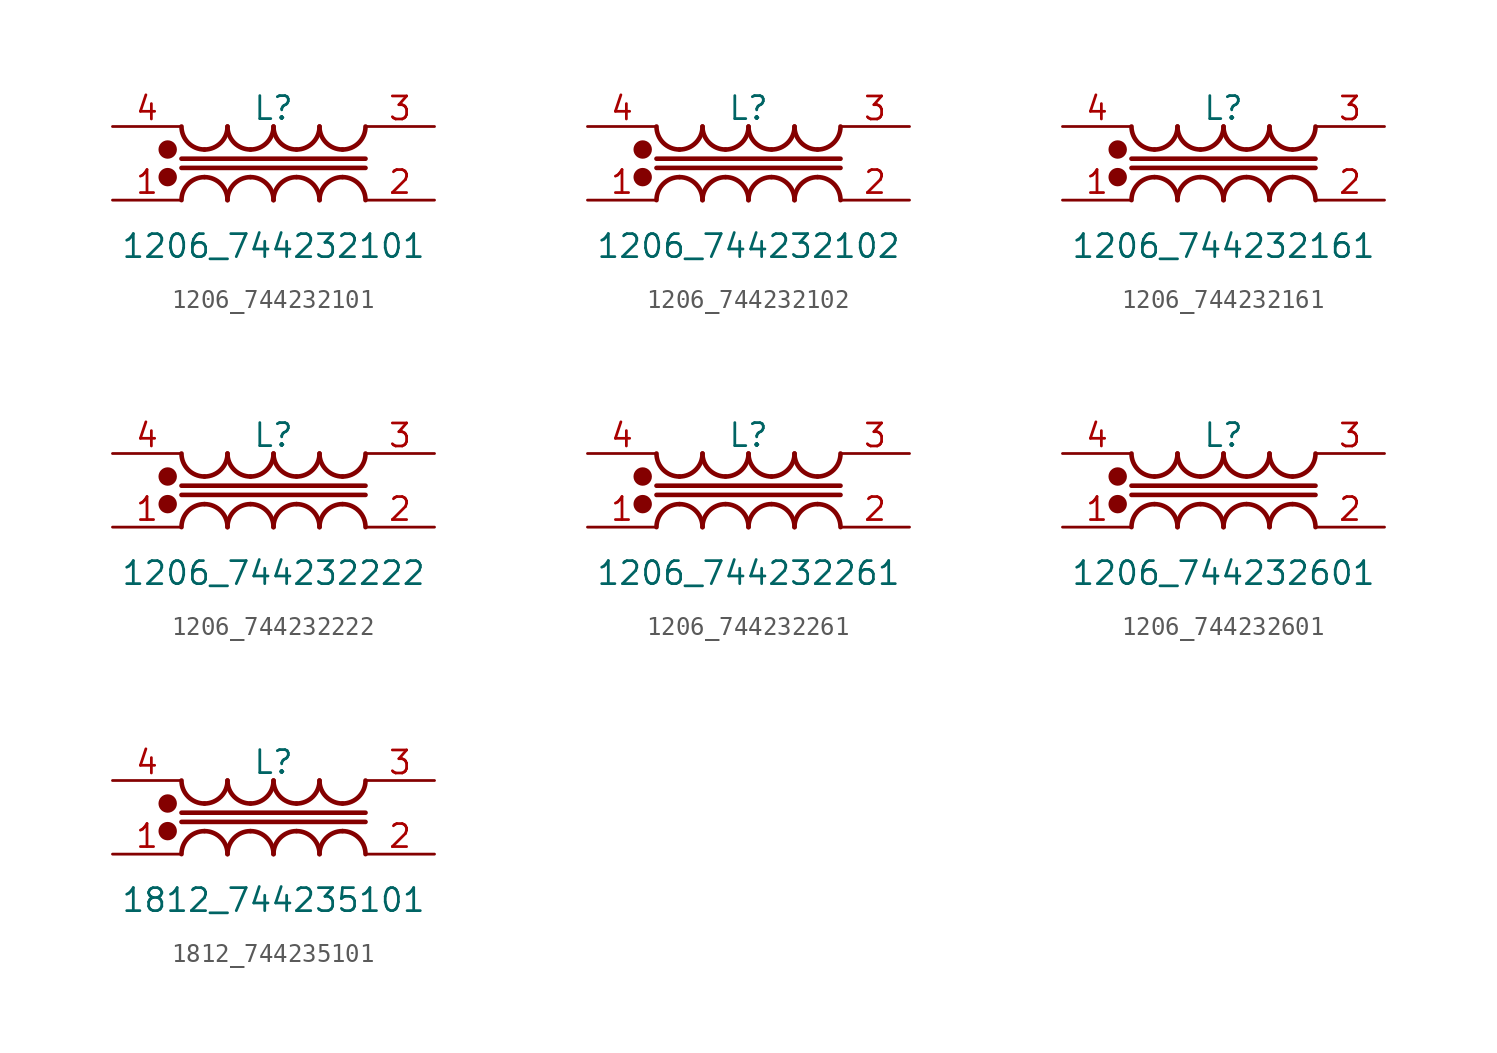
<source format=kicad_sym>
(kicad_symbol_lib
  (version 20211014)
  (generator kicad_symbol_editor)
  (symbol "Inductor_Wurth_WE-CNSW:1206_744232101"
    (pin_names hide)
    (property "Reference" "L"
      (at 0 5.08 0)
      (effects (font (size 1.27 1.27))))
    (property "Value" "1206_744232101"
      (at 0 -2.54 0)
      (effects (font (size 1.27 1.27))))
    (symbol "1206_744232101_0_1"
      (arc (start -5.08 4.064) (mid -4.708 3.166) (end -3.81 2.794) (stroke (width 0.254) (type default)) (fill (type none)))
      (arc (start -3.81 1.27) (mid -4.708 0.898) (end -5.08 0) (stroke (width 0.254) (type default)) (fill (type none)))
      (arc (start -3.81 2.794) (mid -2.912 3.166) (end -2.54 4.064) (stroke (width 0.254) (type default)) (fill (type none)))
      (arc (start -2.54 0) (mid -2.912 0.898) (end -3.81 1.27) (stroke (width 0.254) (type default)) (fill (type none)))
      (arc (start -2.5399 4.0639) (mid -2.1679 3.1659) (end -1.2699 2.7939) (stroke (width 0.254) (type default)) (fill (type none)))
      (arc (start -1.2699 1.2701) (mid -2.1679 0.8981) (end -2.5399 0.0001) (stroke (width 0.254) (type default)) (fill (type none)))
      (arc (start -1.2699 2.7939) (mid -0.3719 3.1659) (end 0.0001 4.0639) (stroke (width 0.254) (type default)) (fill (type none)))
      (arc (start 0.0001 0.0001) (mid -0.3719 0.8981) (end -1.2699 1.2701) (stroke (width 0.254) (type default)) (fill (type none)))
      (polyline (pts (xy -5.08 1.778) (xy 5.08 1.778)) (stroke (width 0.254) (type default)) (fill (type none)))
      (polyline (pts (xy -5.08 2.286) (xy 5.08 2.286)) (stroke (width 0.254) (type default)) (fill (type none)))
      (arc (start 0.0001 4.0639) (mid 0.3721 3.166) (end 1.2701 2.7939) (stroke (width 0.254) (type default)) (fill (type none)))
      (arc (start 1.2701 1.2701) (mid 0.3721 0.8981) (end 0.0001 0.0001) (stroke (width 0.254) (type default)) (fill (type none)))
      (arc (start 1.2701 2.7939) (mid 2.1681 3.1659) (end 2.5401 4.0639) (stroke (width 0.254) (type default)) (fill (type none)))
      (arc (start 2.5401 0.0001) (mid 2.1681 0.8981) (end 1.2701 1.2701) (stroke (width 0.254) (type default)) (fill (type none)))
      (arc (start 2.5401 4.0639) (mid 2.9121 3.166) (end 3.8101 2.7939) (stroke (width 0.254) (type default)) (fill (type none)))
      (arc (start 3.8101 1.2701) (mid 2.9121 0.8981) (end 2.5401 0.0001) (stroke (width 0.254) (type default)) (fill (type none)))
      (arc (start 3.8101 2.7939) (mid 4.7081 3.1659) (end 5.0801 4.0639) (stroke (width 0.254) (type default)) (fill (type none)))
      (arc (start 5.0801 0.0001) (mid 4.7081 0.8981) (end 3.8101 1.2701) (stroke (width 0.254) (type default)) (fill (type none))))
    (symbol "1206_744232101_1_1"
      (circle (center -5.842 1.27) (radius 0.0001) (stroke (width 0.508) (type default)) (fill (type none)))
      (circle (center -5.842 2.794) (radius 0.0001) (stroke (width 0.508) (type default)) (fill (type none)))
      (pin passive line (at -8.89 0 0) (length 3.81) (name "1" (effects (font (size 1.27 1.27)))) (number "1" (effects (font (size 1.27 1.27)))))
      (pin passive line (at 8.89 0 180) (length 3.81) (name "2" (effects (font (size 1.27 1.27)))) (number "2" (effects (font (size 1.27 1.27)))))
      (pin passive line (at 8.89 4.064 180) (length 3.81) (name "3" (effects (font (size 1.27 1.27)))) (number "3" (effects (font (size 1.27 1.27)))))
      (pin passive line (at -8.89 4.064 0) (length 3.81) (name "4" (effects (font (size 1.27 1.27)))) (number "4" (effects (font (size 1.27 1.27)))))))
  (symbol "Inductor_Wurth_WE-CNSW:1206_744232102"
    (pin_names hide)
    (property "Reference" "L"
      (at 0 5.08 0)
      (effects (font (size 1.27 1.27))))
    (property "Value" "1206_744232102"
      (at 0 -2.54 0)
      (effects (font (size 1.27 1.27))))
    (symbol "1206_744232102_0_1"
      (arc (start -5.08 4.064) (mid -4.708 3.166) (end -3.81 2.794) (stroke (width 0.254) (type default)) (fill (type none)))
      (arc (start -3.81 1.27) (mid -4.708 0.898) (end -5.08 0) (stroke (width 0.254) (type default)) (fill (type none)))
      (arc (start -3.81 2.794) (mid -2.912 3.166) (end -2.54 4.064) (stroke (width 0.254) (type default)) (fill (type none)))
      (arc (start -2.54 0) (mid -2.912 0.898) (end -3.81 1.27) (stroke (width 0.254) (type default)) (fill (type none)))
      (arc (start -2.5399 4.0639) (mid -2.1679 3.1659) (end -1.2699 2.7939) (stroke (width 0.254) (type default)) (fill (type none)))
      (arc (start -1.2699 1.2701) (mid -2.1679 0.8981) (end -2.5399 0.0001) (stroke (width 0.254) (type default)) (fill (type none)))
      (arc (start -1.2699 2.7939) (mid -0.3719 3.1659) (end 0.0001 4.0639) (stroke (width 0.254) (type default)) (fill (type none)))
      (arc (start 0.0001 0.0001) (mid -0.3719 0.8981) (end -1.2699 1.2701) (stroke (width 0.254) (type default)) (fill (type none)))
      (polyline (pts (xy -5.08 1.778) (xy 5.08 1.778)) (stroke (width 0.254) (type default)) (fill (type none)))
      (polyline (pts (xy -5.08 2.286) (xy 5.08 2.286)) (stroke (width 0.254) (type default)) (fill (type none)))
      (arc (start 0.0001 4.0639) (mid 0.3721 3.166) (end 1.2701 2.7939) (stroke (width 0.254) (type default)) (fill (type none)))
      (arc (start 1.2701 1.2701) (mid 0.3721 0.8981) (end 0.0001 0.0001) (stroke (width 0.254) (type default)) (fill (type none)))
      (arc (start 1.2701 2.7939) (mid 2.1681 3.1659) (end 2.5401 4.0639) (stroke (width 0.254) (type default)) (fill (type none)))
      (arc (start 2.5401 0.0001) (mid 2.1681 0.8981) (end 1.2701 1.2701) (stroke (width 0.254) (type default)) (fill (type none)))
      (arc (start 2.5401 4.0639) (mid 2.9121 3.166) (end 3.8101 2.7939) (stroke (width 0.254) (type default)) (fill (type none)))
      (arc (start 3.8101 1.2701) (mid 2.9121 0.8981) (end 2.5401 0.0001) (stroke (width 0.254) (type default)) (fill (type none)))
      (arc (start 3.8101 2.7939) (mid 4.7081 3.1659) (end 5.0801 4.0639) (stroke (width 0.254) (type default)) (fill (type none)))
      (arc (start 5.0801 0.0001) (mid 4.7081 0.8981) (end 3.8101 1.2701) (stroke (width 0.254) (type default)) (fill (type none))))
    (symbol "1206_744232102_1_1"
      (circle (center -5.842 1.27) (radius 0.0001) (stroke (width 0.508) (type default)) (fill (type none)))
      (circle (center -5.842 2.794) (radius 0.0001) (stroke (width 0.508) (type default)) (fill (type none)))
      (pin passive line (at -8.89 0 0) (length 3.81) (name "1" (effects (font (size 1.27 1.27)))) (number "1" (effects (font (size 1.27 1.27)))))
      (pin passive line (at 8.89 0 180) (length 3.81) (name "2" (effects (font (size 1.27 1.27)))) (number "2" (effects (font (size 1.27 1.27)))))
      (pin passive line (at 8.89 4.064 180) (length 3.81) (name "3" (effects (font (size 1.27 1.27)))) (number "3" (effects (font (size 1.27 1.27)))))
      (pin passive line (at -8.89 4.064 0) (length 3.81) (name "4" (effects (font (size 1.27 1.27)))) (number "4" (effects (font (size 1.27 1.27)))))))
  (symbol "Inductor_Wurth_WE-CNSW:1206_744232161"
    (pin_names hide)
    (property "Reference" "L"
      (at 0 5.08 0)
      (effects (font (size 1.27 1.27))))
    (property "Value" "1206_744232161"
      (at 0 -2.54 0)
      (effects (font (size 1.27 1.27))))
    (symbol "1206_744232161_0_1"
      (arc (start -5.08 4.064) (mid -4.708 3.166) (end -3.81 2.794) (stroke (width 0.254) (type default)) (fill (type none)))
      (arc (start -3.81 1.27) (mid -4.708 0.898) (end -5.08 0) (stroke (width 0.254) (type default)) (fill (type none)))
      (arc (start -3.81 2.794) (mid -2.912 3.166) (end -2.54 4.064) (stroke (width 0.254) (type default)) (fill (type none)))
      (arc (start -2.54 0) (mid -2.912 0.898) (end -3.81 1.27) (stroke (width 0.254) (type default)) (fill (type none)))
      (arc (start -2.5399 4.0639) (mid -2.1679 3.1659) (end -1.2699 2.7939) (stroke (width 0.254) (type default)) (fill (type none)))
      (arc (start -1.2699 1.2701) (mid -2.1679 0.8981) (end -2.5399 0.0001) (stroke (width 0.254) (type default)) (fill (type none)))
      (arc (start -1.2699 2.7939) (mid -0.3719 3.1659) (end 0.0001 4.0639) (stroke (width 0.254) (type default)) (fill (type none)))
      (arc (start 0.0001 0.0001) (mid -0.3719 0.8981) (end -1.2699 1.2701) (stroke (width 0.254) (type default)) (fill (type none)))
      (polyline (pts (xy -5.08 1.778) (xy 5.08 1.778)) (stroke (width 0.254) (type default)) (fill (type none)))
      (polyline (pts (xy -5.08 2.286) (xy 5.08 2.286)) (stroke (width 0.254) (type default)) (fill (type none)))
      (arc (start 0.0001 4.0639) (mid 0.3721 3.166) (end 1.2701 2.7939) (stroke (width 0.254) (type default)) (fill (type none)))
      (arc (start 1.2701 1.2701) (mid 0.3721 0.8981) (end 0.0001 0.0001) (stroke (width 0.254) (type default)) (fill (type none)))
      (arc (start 1.2701 2.7939) (mid 2.1681 3.1659) (end 2.5401 4.0639) (stroke (width 0.254) (type default)) (fill (type none)))
      (arc (start 2.5401 0.0001) (mid 2.1681 0.8981) (end 1.2701 1.2701) (stroke (width 0.254) (type default)) (fill (type none)))
      (arc (start 2.5401 4.0639) (mid 2.9121 3.166) (end 3.8101 2.7939) (stroke (width 0.254) (type default)) (fill (type none)))
      (arc (start 3.8101 1.2701) (mid 2.9121 0.8981) (end 2.5401 0.0001) (stroke (width 0.254) (type default)) (fill (type none)))
      (arc (start 3.8101 2.7939) (mid 4.7081 3.1659) (end 5.0801 4.0639) (stroke (width 0.254) (type default)) (fill (type none)))
      (arc (start 5.0801 0.0001) (mid 4.7081 0.8981) (end 3.8101 1.2701) (stroke (width 0.254) (type default)) (fill (type none))))
    (symbol "1206_744232161_1_1"
      (circle (center -5.842 1.27) (radius 0.0001) (stroke (width 0.508) (type default)) (fill (type none)))
      (circle (center -5.842 2.794) (radius 0.0001) (stroke (width 0.508) (type default)) (fill (type none)))
      (pin passive line (at -8.89 0 0) (length 3.81) (name "1" (effects (font (size 1.27 1.27)))) (number "1" (effects (font (size 1.27 1.27)))))
      (pin passive line (at 8.89 0 180) (length 3.81) (name "2" (effects (font (size 1.27 1.27)))) (number "2" (effects (font (size 1.27 1.27)))))
      (pin passive line (at 8.89 4.064 180) (length 3.81) (name "3" (effects (font (size 1.27 1.27)))) (number "3" (effects (font (size 1.27 1.27)))))
      (pin passive line (at -8.89 4.064 0) (length 3.81) (name "4" (effects (font (size 1.27 1.27)))) (number "4" (effects (font (size 1.27 1.27)))))))
  (symbol "Inductor_Wurth_WE-CNSW:1206_744232222"
    (pin_names hide)
    (property "Reference" "L"
      (at 0 5.08 0)
      (effects (font (size 1.27 1.27))))
    (property "Value" "1206_744232222"
      (at 0 -2.54 0)
      (effects (font (size 1.27 1.27))))
    (symbol "1206_744232222_0_1"
      (arc (start -5.08 4.064) (mid -4.708 3.166) (end -3.81 2.794) (stroke (width 0.254) (type default)) (fill (type none)))
      (arc (start -3.81 1.27) (mid -4.708 0.898) (end -5.08 0) (stroke (width 0.254) (type default)) (fill (type none)))
      (arc (start -3.81 2.794) (mid -2.912 3.166) (end -2.54 4.064) (stroke (width 0.254) (type default)) (fill (type none)))
      (arc (start -2.54 0) (mid -2.912 0.898) (end -3.81 1.27) (stroke (width 0.254) (type default)) (fill (type none)))
      (arc (start -2.5399 4.0639) (mid -2.1679 3.1659) (end -1.2699 2.7939) (stroke (width 0.254) (type default)) (fill (type none)))
      (arc (start -1.2699 1.2701) (mid -2.1679 0.8981) (end -2.5399 0.0001) (stroke (width 0.254) (type default)) (fill (type none)))
      (arc (start -1.2699 2.7939) (mid -0.3719 3.1659) (end 0.0001 4.0639) (stroke (width 0.254) (type default)) (fill (type none)))
      (arc (start 0.0001 0.0001) (mid -0.3719 0.8981) (end -1.2699 1.2701) (stroke (width 0.254) (type default)) (fill (type none)))
      (polyline (pts (xy -5.08 1.778) (xy 5.08 1.778)) (stroke (width 0.254) (type default)) (fill (type none)))
      (polyline (pts (xy -5.08 2.286) (xy 5.08 2.286)) (stroke (width 0.254) (type default)) (fill (type none)))
      (arc (start 0.0001 4.0639) (mid 0.3721 3.166) (end 1.2701 2.7939) (stroke (width 0.254) (type default)) (fill (type none)))
      (arc (start 1.2701 1.2701) (mid 0.3721 0.8981) (end 0.0001 0.0001) (stroke (width 0.254) (type default)) (fill (type none)))
      (arc (start 1.2701 2.7939) (mid 2.1681 3.1659) (end 2.5401 4.0639) (stroke (width 0.254) (type default)) (fill (type none)))
      (arc (start 2.5401 0.0001) (mid 2.1681 0.8981) (end 1.2701 1.2701) (stroke (width 0.254) (type default)) (fill (type none)))
      (arc (start 2.5401 4.0639) (mid 2.9121 3.166) (end 3.8101 2.7939) (stroke (width 0.254) (type default)) (fill (type none)))
      (arc (start 3.8101 1.2701) (mid 2.9121 0.8981) (end 2.5401 0.0001) (stroke (width 0.254) (type default)) (fill (type none)))
      (arc (start 3.8101 2.7939) (mid 4.7081 3.1659) (end 5.0801 4.0639) (stroke (width 0.254) (type default)) (fill (type none)))
      (arc (start 5.0801 0.0001) (mid 4.7081 0.8981) (end 3.8101 1.2701) (stroke (width 0.254) (type default)) (fill (type none))))
    (symbol "1206_744232222_1_1"
      (circle (center -5.842 1.27) (radius 0.0001) (stroke (width 0.508) (type default)) (fill (type none)))
      (circle (center -5.842 2.794) (radius 0.0001) (stroke (width 0.508) (type default)) (fill (type none)))
      (pin passive line (at -8.89 0 0) (length 3.81) (name "1" (effects (font (size 1.27 1.27)))) (number "1" (effects (font (size 1.27 1.27)))))
      (pin passive line (at 8.89 0 180) (length 3.81) (name "2" (effects (font (size 1.27 1.27)))) (number "2" (effects (font (size 1.27 1.27)))))
      (pin passive line (at 8.89 4.064 180) (length 3.81) (name "3" (effects (font (size 1.27 1.27)))) (number "3" (effects (font (size 1.27 1.27)))))
      (pin passive line (at -8.89 4.064 0) (length 3.81) (name "4" (effects (font (size 1.27 1.27)))) (number "4" (effects (font (size 1.27 1.27)))))))
  (symbol "Inductor_Wurth_WE-CNSW:1206_744232261"
    (pin_names hide)
    (property "Reference" "L"
      (at 0 5.08 0)
      (effects (font (size 1.27 1.27))))
    (property "Value" "1206_744232261"
      (at 0 -2.54 0)
      (effects (font (size 1.27 1.27))))
    (symbol "1206_744232261_0_1"
      (arc (start -5.08 4.064) (mid -4.708 3.166) (end -3.81 2.794) (stroke (width 0.254) (type default)) (fill (type none)))
      (arc (start -3.81 1.27) (mid -4.708 0.898) (end -5.08 0) (stroke (width 0.254) (type default)) (fill (type none)))
      (arc (start -3.81 2.794) (mid -2.912 3.166) (end -2.54 4.064) (stroke (width 0.254) (type default)) (fill (type none)))
      (arc (start -2.54 0) (mid -2.912 0.898) (end -3.81 1.27) (stroke (width 0.254) (type default)) (fill (type none)))
      (arc (start -2.5399 4.0639) (mid -2.1679 3.1659) (end -1.2699 2.7939) (stroke (width 0.254) (type default)) (fill (type none)))
      (arc (start -1.2699 1.2701) (mid -2.1679 0.8981) (end -2.5399 0.0001) (stroke (width 0.254) (type default)) (fill (type none)))
      (arc (start -1.2699 2.7939) (mid -0.3719 3.1659) (end 0.0001 4.0639) (stroke (width 0.254) (type default)) (fill (type none)))
      (arc (start 0.0001 0.0001) (mid -0.3719 0.8981) (end -1.2699 1.2701) (stroke (width 0.254) (type default)) (fill (type none)))
      (polyline (pts (xy -5.08 1.778) (xy 5.08 1.778)) (stroke (width 0.254) (type default)) (fill (type none)))
      (polyline (pts (xy -5.08 2.286) (xy 5.08 2.286)) (stroke (width 0.254) (type default)) (fill (type none)))
      (arc (start 0.0001 4.0639) (mid 0.3721 3.166) (end 1.2701 2.7939) (stroke (width 0.254) (type default)) (fill (type none)))
      (arc (start 1.2701 1.2701) (mid 0.3721 0.8981) (end 0.0001 0.0001) (stroke (width 0.254) (type default)) (fill (type none)))
      (arc (start 1.2701 2.7939) (mid 2.1681 3.1659) (end 2.5401 4.0639) (stroke (width 0.254) (type default)) (fill (type none)))
      (arc (start 2.5401 0.0001) (mid 2.1681 0.8981) (end 1.2701 1.2701) (stroke (width 0.254) (type default)) (fill (type none)))
      (arc (start 2.5401 4.0639) (mid 2.9121 3.166) (end 3.8101 2.7939) (stroke (width 0.254) (type default)) (fill (type none)))
      (arc (start 3.8101 1.2701) (mid 2.9121 0.8981) (end 2.5401 0.0001) (stroke (width 0.254) (type default)) (fill (type none)))
      (arc (start 3.8101 2.7939) (mid 4.7081 3.1659) (end 5.0801 4.0639) (stroke (width 0.254) (type default)) (fill (type none)))
      (arc (start 5.0801 0.0001) (mid 4.7081 0.8981) (end 3.8101 1.2701) (stroke (width 0.254) (type default)) (fill (type none))))
    (symbol "1206_744232261_1_1"
      (circle (center -5.842 1.27) (radius 0.0001) (stroke (width 0.508) (type default)) (fill (type none)))
      (circle (center -5.842 2.794) (radius 0.0001) (stroke (width 0.508) (type default)) (fill (type none)))
      (pin passive line (at -8.89 0 0) (length 3.81) (name "1" (effects (font (size 1.27 1.27)))) (number "1" (effects (font (size 1.27 1.27)))))
      (pin passive line (at 8.89 0 180) (length 3.81) (name "2" (effects (font (size 1.27 1.27)))) (number "2" (effects (font (size 1.27 1.27)))))
      (pin passive line (at 8.89 4.064 180) (length 3.81) (name "3" (effects (font (size 1.27 1.27)))) (number "3" (effects (font (size 1.27 1.27)))))
      (pin passive line (at -8.89 4.064 0) (length 3.81) (name "4" (effects (font (size 1.27 1.27)))) (number "4" (effects (font (size 1.27 1.27)))))))
  (symbol "Inductor_Wurth_WE-CNSW:1206_744232601"
    (pin_names hide)
    (property "Reference" "L"
      (at 0 5.08 0)
      (effects (font (size 1.27 1.27))))
    (property "Value" "1206_744232601"
      (at 0 -2.54 0)
      (effects (font (size 1.27 1.27))))
    (symbol "1206_744232601_0_1"
      (arc (start -5.08 4.064) (mid -4.708 3.166) (end -3.81 2.794) (stroke (width 0.254) (type default)) (fill (type none)))
      (arc (start -3.81 1.27) (mid -4.708 0.898) (end -5.08 0) (stroke (width 0.254) (type default)) (fill (type none)))
      (arc (start -3.81 2.794) (mid -2.912 3.166) (end -2.54 4.064) (stroke (width 0.254) (type default)) (fill (type none)))
      (arc (start -2.54 0) (mid -2.912 0.898) (end -3.81 1.27) (stroke (width 0.254) (type default)) (fill (type none)))
      (arc (start -2.5399 4.0639) (mid -2.1679 3.1659) (end -1.2699 2.7939) (stroke (width 0.254) (type default)) (fill (type none)))
      (arc (start -1.2699 1.2701) (mid -2.1679 0.8981) (end -2.5399 0.0001) (stroke (width 0.254) (type default)) (fill (type none)))
      (arc (start -1.2699 2.7939) (mid -0.3719 3.1659) (end 0.0001 4.0639) (stroke (width 0.254) (type default)) (fill (type none)))
      (arc (start 0.0001 0.0001) (mid -0.3719 0.8981) (end -1.2699 1.2701) (stroke (width 0.254) (type default)) (fill (type none)))
      (polyline (pts (xy -5.08 1.778) (xy 5.08 1.778)) (stroke (width 0.254) (type default)) (fill (type none)))
      (polyline (pts (xy -5.08 2.286) (xy 5.08 2.286)) (stroke (width 0.254) (type default)) (fill (type none)))
      (arc (start 0.0001 4.0639) (mid 0.3721 3.166) (end 1.2701 2.7939) (stroke (width 0.254) (type default)) (fill (type none)))
      (arc (start 1.2701 1.2701) (mid 0.3721 0.8981) (end 0.0001 0.0001) (stroke (width 0.254) (type default)) (fill (type none)))
      (arc (start 1.2701 2.7939) (mid 2.1681 3.1659) (end 2.5401 4.0639) (stroke (width 0.254) (type default)) (fill (type none)))
      (arc (start 2.5401 0.0001) (mid 2.1681 0.8981) (end 1.2701 1.2701) (stroke (width 0.254) (type default)) (fill (type none)))
      (arc (start 2.5401 4.0639) (mid 2.9121 3.166) (end 3.8101 2.7939) (stroke (width 0.254) (type default)) (fill (type none)))
      (arc (start 3.8101 1.2701) (mid 2.9121 0.8981) (end 2.5401 0.0001) (stroke (width 0.254) (type default)) (fill (type none)))
      (arc (start 3.8101 2.7939) (mid 4.7081 3.1659) (end 5.0801 4.0639) (stroke (width 0.254) (type default)) (fill (type none)))
      (arc (start 5.0801 0.0001) (mid 4.7081 0.8981) (end 3.8101 1.2701) (stroke (width 0.254) (type default)) (fill (type none))))
    (symbol "1206_744232601_1_1"
      (circle (center -5.842 1.27) (radius 0.0001) (stroke (width 0.508) (type default)) (fill (type none)))
      (circle (center -5.842 2.794) (radius 0.0001) (stroke (width 0.508) (type default)) (fill (type none)))
      (pin passive line (at -8.89 0 0) (length 3.81) (name "1" (effects (font (size 1.27 1.27)))) (number "1" (effects (font (size 1.27 1.27)))))
      (pin passive line (at 8.89 0 180) (length 3.81) (name "2" (effects (font (size 1.27 1.27)))) (number "2" (effects (font (size 1.27 1.27)))))
      (pin passive line (at 8.89 4.064 180) (length 3.81) (name "3" (effects (font (size 1.27 1.27)))) (number "3" (effects (font (size 1.27 1.27)))))
      (pin passive line (at -8.89 4.064 0) (length 3.81) (name "4" (effects (font (size 1.27 1.27)))) (number "4" (effects (font (size 1.27 1.27)))))))
  (symbol "Inductor_Wurth_WE-CNSW:1812_744235101"
    (pin_names hide)
    (property "Reference" "L"
      (at 0 5.08 0)
      (effects (font (size 1.27 1.27))))
    (property "Value" "1812_744235101"
      (at 0 -2.54 0)
      (effects (font (size 1.27 1.27))))
    (symbol "1812_744235101_0_1"
      (arc (start -5.08 4.064) (mid -4.708 3.166) (end -3.81 2.794) (stroke (width 0.254) (type default)) (fill (type none)))
      (arc (start -3.81 1.27) (mid -4.708 0.898) (end -5.08 0) (stroke (width 0.254) (type default)) (fill (type none)))
      (arc (start -3.81 2.794) (mid -2.912 3.166) (end -2.54 4.064) (stroke (width 0.254) (type default)) (fill (type none)))
      (arc (start -2.54 0) (mid -2.912 0.898) (end -3.81 1.27) (stroke (width 0.254) (type default)) (fill (type none)))
      (arc (start -2.5399 4.0639) (mid -2.1679 3.1659) (end -1.2699 2.7939) (stroke (width 0.254) (type default)) (fill (type none)))
      (arc (start -1.2699 1.2701) (mid -2.1679 0.8981) (end -2.5399 0.0001) (stroke (width 0.254) (type default)) (fill (type none)))
      (arc (start -1.2699 2.7939) (mid -0.3719 3.1659) (end 0.0001 4.0639) (stroke (width 0.254) (type default)) (fill (type none)))
      (arc (start 0.0001 0.0001) (mid -0.3719 0.8981) (end -1.2699 1.2701) (stroke (width 0.254) (type default)) (fill (type none)))
      (polyline (pts (xy -5.08 1.778) (xy 5.08 1.778)) (stroke (width 0.254) (type default)) (fill (type none)))
      (polyline (pts (xy -5.08 2.286) (xy 5.08 2.286)) (stroke (width 0.254) (type default)) (fill (type none)))
      (arc (start 0.0001 4.0639) (mid 0.3721 3.166) (end 1.2701 2.7939) (stroke (width 0.254) (type default)) (fill (type none)))
      (arc (start 1.2701 1.2701) (mid 0.3721 0.8981) (end 0.0001 0.0001) (stroke (width 0.254) (type default)) (fill (type none)))
      (arc (start 1.2701 2.7939) (mid 2.1681 3.1659) (end 2.5401 4.0639) (stroke (width 0.254) (type default)) (fill (type none)))
      (arc (start 2.5401 0.0001) (mid 2.1681 0.8981) (end 1.2701 1.2701) (stroke (width 0.254) (type default)) (fill (type none)))
      (arc (start 2.5401 4.0639) (mid 2.9121 3.166) (end 3.8101 2.7939) (stroke (width 0.254) (type default)) (fill (type none)))
      (arc (start 3.8101 1.2701) (mid 2.9121 0.8981) (end 2.5401 0.0001) (stroke (width 0.254) (type default)) (fill (type none)))
      (arc (start 3.8101 2.7939) (mid 4.7081 3.1659) (end 5.0801 4.0639) (stroke (width 0.254) (type default)) (fill (type none)))
      (arc (start 5.0801 0.0001) (mid 4.7081 0.8981) (end 3.8101 1.2701) (stroke (width 0.254) (type default)) (fill (type none))))
    (symbol "1812_744235101_1_1"
      (circle (center -5.842 1.27) (radius 0.0001) (stroke (width 0.508) (type default)) (fill (type none)))
      (circle (center -5.842 2.794) (radius 0.0001) (stroke (width 0.508) (type default)) (fill (type none)))
      (pin passive line (at -8.89 0 0) (length 3.81) (name "1" (effects (font (size 1.27 1.27)))) (number "1" (effects (font (size 1.27 1.27)))))
      (pin passive line (at 8.89 0 180) (length 3.81) (name "2" (effects (font (size 1.27 1.27)))) (number "2" (effects (font (size 1.27 1.27)))))
      (pin passive line (at 8.89 4.064 180) (length 3.81) (name "3" (effects (font (size 1.27 1.27)))) (number "3" (effects (font (size 1.27 1.27)))))
      (pin passive line (at -8.89 4.064 0) (length 3.81) (name "4" (effects (font (size 1.27 1.27)))) (number "4" (effects (font (size 1.27 1.27))))))))
</source>
